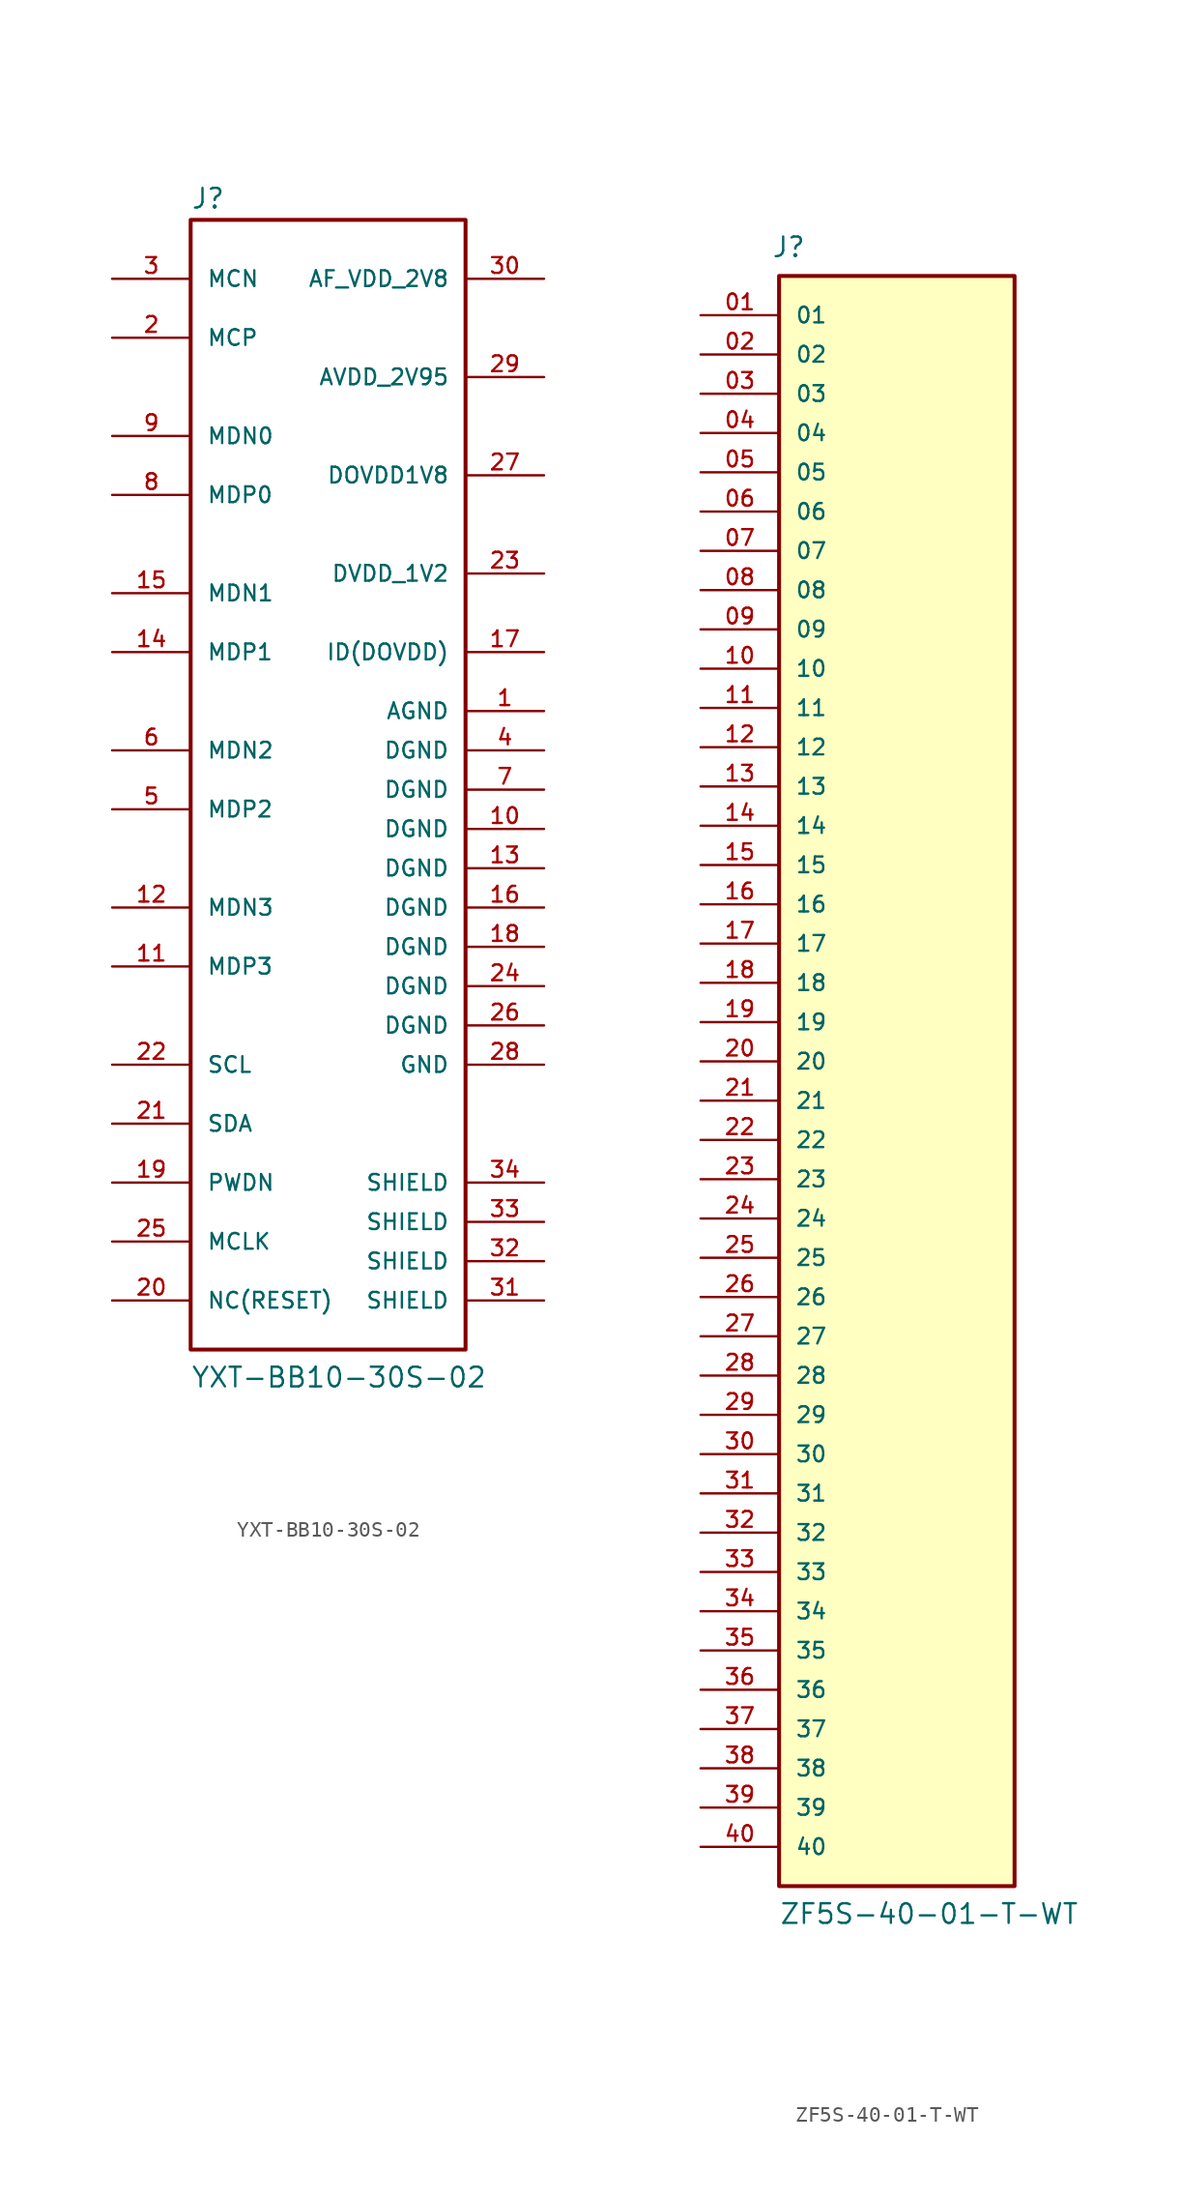
<source format=kicad_sym>
(kicad_symbol_lib
  (version 20241209)
  (generator "kicad_symbol_editor")
  (generator_version "9.0")
  (symbol "YXT-BB10-30S-02"
    (pin_names
      (offset 1.016))
    (property "Reference" "J"
      (at -9.525 36.195 0)
      (effects (font (size 1.27 1.27)) (justify left bottom)))
    (property "Value" "YXT-BB10-30S-02"
      (at -9.525 -40.005 0)
      (effects (font (size 1.27 1.27)) (justify left bottom)))
    (symbol "YXT-BB10-30S-02_1_0"
      (rectangle (start -9.525 35.56) (end 8.255 -37.465) (stroke (width 0.254) (type default)) (fill (type none)))
      (pin passive line (at -14.605 31.75 0) (length 5.08) (name "MCN" (effects (font (size 1.016 1.016)))) (number "3" (effects (font (size 1.016 1.016)))))
      (pin passive line (at -14.605 27.94 0) (length 5.08) (name "MCP" (effects (font (size 1.016 1.016)))) (number "2" (effects (font (size 1.016 1.016)))))
      (pin passive line (at -14.605 21.59 0) (length 5.08) (name "MDN0" (effects (font (size 1.016 1.016)))) (number "9" (effects (font (size 1.016 1.016)))))
      (pin passive line (at -14.605 17.78 0) (length 5.08) (name "MDP0" (effects (font (size 1.016 1.016)))) (number "8" (effects (font (size 1.016 1.016)))))
      (pin passive line (at -14.605 11.43 0) (length 5.08) (name "MDN1" (effects (font (size 1.016 1.016)))) (number "15" (effects (font (size 1.016 1.016)))))
      (pin passive line (at -14.605 7.62 0) (length 5.08) (name "MDP1" (effects (font (size 1.016 1.016)))) (number "14" (effects (font (size 1.016 1.016)))))
      (pin passive line (at -14.605 1.27 0) (length 5.08) (name "MDN2" (effects (font (size 1.016 1.016)))) (number "6" (effects (font (size 1.016 1.016)))))
      (pin passive line (at -14.605 -2.54 0) (length 5.08) (name "MDP2" (effects (font (size 1.016 1.016)))) (number "5" (effects (font (size 1.016 1.016)))))
      (pin passive line (at -14.605 -8.89 0) (length 5.08) (name "MDN3" (effects (font (size 1.016 1.016)))) (number "12" (effects (font (size 1.016 1.016)))))
      (pin passive line (at -14.605 -12.7 0) (length 5.08) (name "MDP3" (effects (font (size 1.016 1.016)))) (number "11" (effects (font (size 1.016 1.016)))))
      (pin passive line (at -14.605 -19.05 0) (length 5.08) (name "SCL" (effects (font (size 1.016 1.016)))) (number "22" (effects (font (size 1.016 1.016)))))
      (pin passive line (at -14.605 -22.86 0) (length 5.08) (name "SDA" (effects (font (size 1.016 1.016)))) (number "21" (effects (font (size 1.016 1.016)))))
      (pin passive line (at -14.605 -26.67 0) (length 5.08) (name "PWDN" (effects (font (size 1.016 1.016)))) (number "19" (effects (font (size 1.016 1.016)))))
      (pin passive line (at -14.605 -30.48 0) (length 5.08) (name "MCLK" (effects (font (size 1.016 1.016)))) (number "25" (effects (font (size 1.016 1.016)))))
      (pin passive line (at -14.605 -34.29 0) (length 5.08) (name "NC(RESET)" (effects (font (size 1.016 1.016)))) (number "20" (effects (font (size 1.016 1.016)))))
      (pin passive line (at 13.335 31.75 180) (length 5.08) (name "AF_VDD_2V8" (effects (font (size 1.016 1.016)))) (number "30" (effects (font (size 1.016 1.016)))))
      (pin passive line (at 13.335 25.4 180) (length 5.08) (name "AVDD_2V95" (effects (font (size 1.016 1.016)))) (number "29" (effects (font (size 1.016 1.016)))))
      (pin passive line (at 13.335 19.05 180) (length 5.08) (name "DOVDD1V8" (effects (font (size 1.016 1.016)))) (number "27" (effects (font (size 1.016 1.016)))))
      (pin passive line (at 13.335 12.7 180) (length 5.08) (name "DVDD_1V2" (effects (font (size 1.016 1.016)))) (number "23" (effects (font (size 1.016 1.016)))))
      (pin passive line (at 13.335 7.62 180) (length 5.08) (name "ID(DOVDD)" (effects (font (size 1.016 1.016)))) (number "17" (effects (font (size 1.016 1.016)))))
      (pin passive line (at 13.335 3.81 180) (length 5.08) (name "AGND" (effects (font (size 1.016 1.016)))) (number "1" (effects (font (size 1.016 1.016)))))
      (pin passive line (at 13.335 1.27 180) (length 5.08) (name "DGND" (effects (font (size 1.016 1.016)))) (number "4" (effects (font (size 1.016 1.016)))))
      (pin passive line (at 13.335 -1.27 180) (length 5.08) (name "DGND" (effects (font (size 1.016 1.016)))) (number "7" (effects (font (size 1.016 1.016)))))
      (pin passive line (at 13.335 -3.81 180) (length 5.08) (name "DGND" (effects (font (size 1.016 1.016)))) (number "10" (effects (font (size 1.016 1.016)))))
      (pin passive line (at 13.335 -6.35 180) (length 5.08) (name "DGND" (effects (font (size 1.016 1.016)))) (number "13" (effects (font (size 1.016 1.016)))))
      (pin passive line (at 13.335 -8.89 180) (length 5.08) (name "DGND" (effects (font (size 1.016 1.016)))) (number "16" (effects (font (size 1.016 1.016)))))
      (pin passive line (at 13.335 -11.43 180) (length 5.08) (name "DGND" (effects (font (size 1.016 1.016)))) (number "18" (effects (font (size 1.016 1.016)))))
      (pin passive line (at 13.335 -13.97 180) (length 5.08) (name "DGND" (effects (font (size 1.016 1.016)))) (number "24" (effects (font (size 1.016 1.016)))))
      (pin passive line (at 13.335 -16.51 180) (length 5.08) (name "DGND" (effects (font (size 1.016 1.016)))) (number "26" (effects (font (size 1.016 1.016)))))
      (pin passive line (at 13.335 -19.05 180) (length 5.08) (name "GND" (effects (font (size 1.016 1.016)))) (number "28" (effects (font (size 1.016 1.016)))))
      (pin passive line (at 13.335 -26.67 180) (length 5.08) (name "SHIELD" (effects (font (size 1.016 1.016)))) (number "34" (effects (font (size 1.016 1.016)))))
      (pin passive line (at 13.335 -29.21 180) (length 5.08) (name "SHIELD" (effects (font (size 1.016 1.016)))) (number "33" (effects (font (size 1.016 1.016)))))
      (pin passive line (at 13.335 -31.75 180) (length 5.08) (name "SHIELD" (effects (font (size 1.016 1.016)))) (number "32" (effects (font (size 1.016 1.016)))))
      (pin passive line (at 13.335 -34.29 180) (length 5.08) (name "SHIELD" (effects (font (size 1.016 1.016)))) (number "31" (effects (font (size 1.016 1.016)))))))
  (symbol "ZF5S-40-01-T-WT"
    (pin_names
      (offset 1.016))
    (property "Reference" "J"
      (at -8.12 51.916 0)
      (effects (font (size 1.27 1.27)) (justify left bottom)))
    (property "Value" "ZF5S-40-01-T-WT"
      (at -7.62 -55.88 0)
      (effects (font (size 1.27 1.27)) (justify left bottom)))
    (symbol "ZF5S-40-01-T-WT_0_0"
      (rectangle (start -7.62 -53.34) (end 7.62 50.8) (stroke (width 0.254) (type default)) (fill (type background)))
      (pin passive line (at -12.7 48.26 0) (length 5.08) (name "01" (effects (font (size 1.016 1.016)))) (number "01" (effects (font (size 1.016 1.016)))))
      (pin passive line (at -12.7 45.72 0) (length 5.08) (name "02" (effects (font (size 1.016 1.016)))) (number "02" (effects (font (size 1.016 1.016)))))
      (pin passive line (at -12.7 43.18 0) (length 5.08) (name "03" (effects (font (size 1.016 1.016)))) (number "03" (effects (font (size 1.016 1.016)))))
      (pin passive line (at -12.7 40.64 0) (length 5.08) (name "04" (effects (font (size 1.016 1.016)))) (number "04" (effects (font (size 1.016 1.016)))))
      (pin passive line (at -12.7 38.1 0) (length 5.08) (name "05" (effects (font (size 1.016 1.016)))) (number "05" (effects (font (size 1.016 1.016)))))
      (pin passive line (at -12.7 35.56 0) (length 5.08) (name "06" (effects (font (size 1.016 1.016)))) (number "06" (effects (font (size 1.016 1.016)))))
      (pin passive line (at -12.7 33.02 0) (length 5.08) (name "07" (effects (font (size 1.016 1.016)))) (number "07" (effects (font (size 1.016 1.016)))))
      (pin passive line (at -12.7 30.48 0) (length 5.08) (name "08" (effects (font (size 1.016 1.016)))) (number "08" (effects (font (size 1.016 1.016)))))
      (pin passive line (at -12.7 27.94 0) (length 5.08) (name "09" (effects (font (size 1.016 1.016)))) (number "09" (effects (font (size 1.016 1.016)))))
      (pin passive line (at -12.7 25.4 0) (length 5.08) (name "10" (effects (font (size 1.016 1.016)))) (number "10" (effects (font (size 1.016 1.016)))))
      (pin passive line (at -12.7 22.86 0) (length 5.08) (name "11" (effects (font (size 1.016 1.016)))) (number "11" (effects (font (size 1.016 1.016)))))
      (pin passive line (at -12.7 20.32 0) (length 5.08) (name "12" (effects (font (size 1.016 1.016)))) (number "12" (effects (font (size 1.016 1.016)))))
      (pin passive line (at -12.7 17.78 0) (length 5.08) (name "13" (effects (font (size 1.016 1.016)))) (number "13" (effects (font (size 1.016 1.016)))))
      (pin passive line (at -12.7 15.24 0) (length 5.08) (name "14" (effects (font (size 1.016 1.016)))) (number "14" (effects (font (size 1.016 1.016)))))
      (pin passive line (at -12.7 12.7 0) (length 5.08) (name "15" (effects (font (size 1.016 1.016)))) (number "15" (effects (font (size 1.016 1.016)))))
      (pin passive line (at -12.7 10.16 0) (length 5.08) (name "16" (effects (font (size 1.016 1.016)))) (number "16" (effects (font (size 1.016 1.016)))))
      (pin passive line (at -12.7 7.62 0) (length 5.08) (name "17" (effects (font (size 1.016 1.016)))) (number "17" (effects (font (size 1.016 1.016)))))
      (pin passive line (at -12.7 5.08 0) (length 5.08) (name "18" (effects (font (size 1.016 1.016)))) (number "18" (effects (font (size 1.016 1.016)))))
      (pin passive line (at -12.7 2.54 0) (length 5.08) (name "19" (effects (font (size 1.016 1.016)))) (number "19" (effects (font (size 1.016 1.016)))))
      (pin passive line (at -12.7 0 0) (length 5.08) (name "20" (effects (font (size 1.016 1.016)))) (number "20" (effects (font (size 1.016 1.016)))))
      (pin passive line (at -12.7 -2.54 0) (length 5.08) (name "21" (effects (font (size 1.016 1.016)))) (number "21" (effects (font (size 1.016 1.016)))))
      (pin passive line (at -12.7 -5.08 0) (length 5.08) (name "22" (effects (font (size 1.016 1.016)))) (number "22" (effects (font (size 1.016 1.016)))))
      (pin passive line (at -12.7 -7.62 0) (length 5.08) (name "23" (effects (font (size 1.016 1.016)))) (number "23" (effects (font (size 1.016 1.016)))))
      (pin passive line (at -12.7 -10.16 0) (length 5.08) (name "24" (effects (font (size 1.016 1.016)))) (number "24" (effects (font (size 1.016 1.016)))))
      (pin passive line (at -12.7 -12.7 0) (length 5.08) (name "25" (effects (font (size 1.016 1.016)))) (number "25" (effects (font (size 1.016 1.016)))))
      (pin passive line (at -12.7 -15.24 0) (length 5.08) (name "26" (effects (font (size 1.016 1.016)))) (number "26" (effects (font (size 1.016 1.016)))))
      (pin passive line (at -12.7 -17.78 0) (length 5.08) (name "27" (effects (font (size 1.016 1.016)))) (number "27" (effects (font (size 1.016 1.016)))))
      (pin passive line (at -12.7 -20.32 0) (length 5.08) (name "28" (effects (font (size 1.016 1.016)))) (number "28" (effects (font (size 1.016 1.016)))))
      (pin passive line (at -12.7 -22.86 0) (length 5.08) (name "29" (effects (font (size 1.016 1.016)))) (number "29" (effects (font (size 1.016 1.016)))))
      (pin passive line (at -12.7 -25.4 0) (length 5.08) (name "30" (effects (font (size 1.016 1.016)))) (number "30" (effects (font (size 1.016 1.016)))))
      (pin passive line (at -12.7 -27.94 0) (length 5.08) (name "31" (effects (font (size 1.016 1.016)))) (number "31" (effects (font (size 1.016 1.016)))))
      (pin passive line (at -12.7 -30.48 0) (length 5.08) (name "32" (effects (font (size 1.016 1.016)))) (number "32" (effects (font (size 1.016 1.016)))))
      (pin passive line (at -12.7 -33.02 0) (length 5.08) (name "33" (effects (font (size 1.016 1.016)))) (number "33" (effects (font (size 1.016 1.016)))))
      (pin passive line (at -12.7 -35.56 0) (length 5.08) (name "34" (effects (font (size 1.016 1.016)))) (number "34" (effects (font (size 1.016 1.016)))))
      (pin passive line (at -12.7 -38.1 0) (length 5.08) (name "35" (effects (font (size 1.016 1.016)))) (number "35" (effects (font (size 1.016 1.016)))))
      (pin passive line (at -12.7 -40.64 0) (length 5.08) (name "36" (effects (font (size 1.016 1.016)))) (number "36" (effects (font (size 1.016 1.016)))))
      (pin passive line (at -12.7 -43.18 0) (length 5.08) (name "37" (effects (font (size 1.016 1.016)))) (number "37" (effects (font (size 1.016 1.016)))))
      (pin passive line (at -12.7 -45.72 0) (length 5.08) (name "38" (effects (font (size 1.016 1.016)))) (number "38" (effects (font (size 1.016 1.016)))))
      (pin passive line (at -12.7 -48.26 0) (length 5.08) (name "39" (effects (font (size 1.016 1.016)))) (number "39" (effects (font (size 1.016 1.016)))))
      (pin passive line (at -12.7 -50.8 0) (length 5.08) (name "40" (effects (font (size 1.016 1.016)))) (number "40" (effects (font (size 1.016 1.016))))))))
</source>
